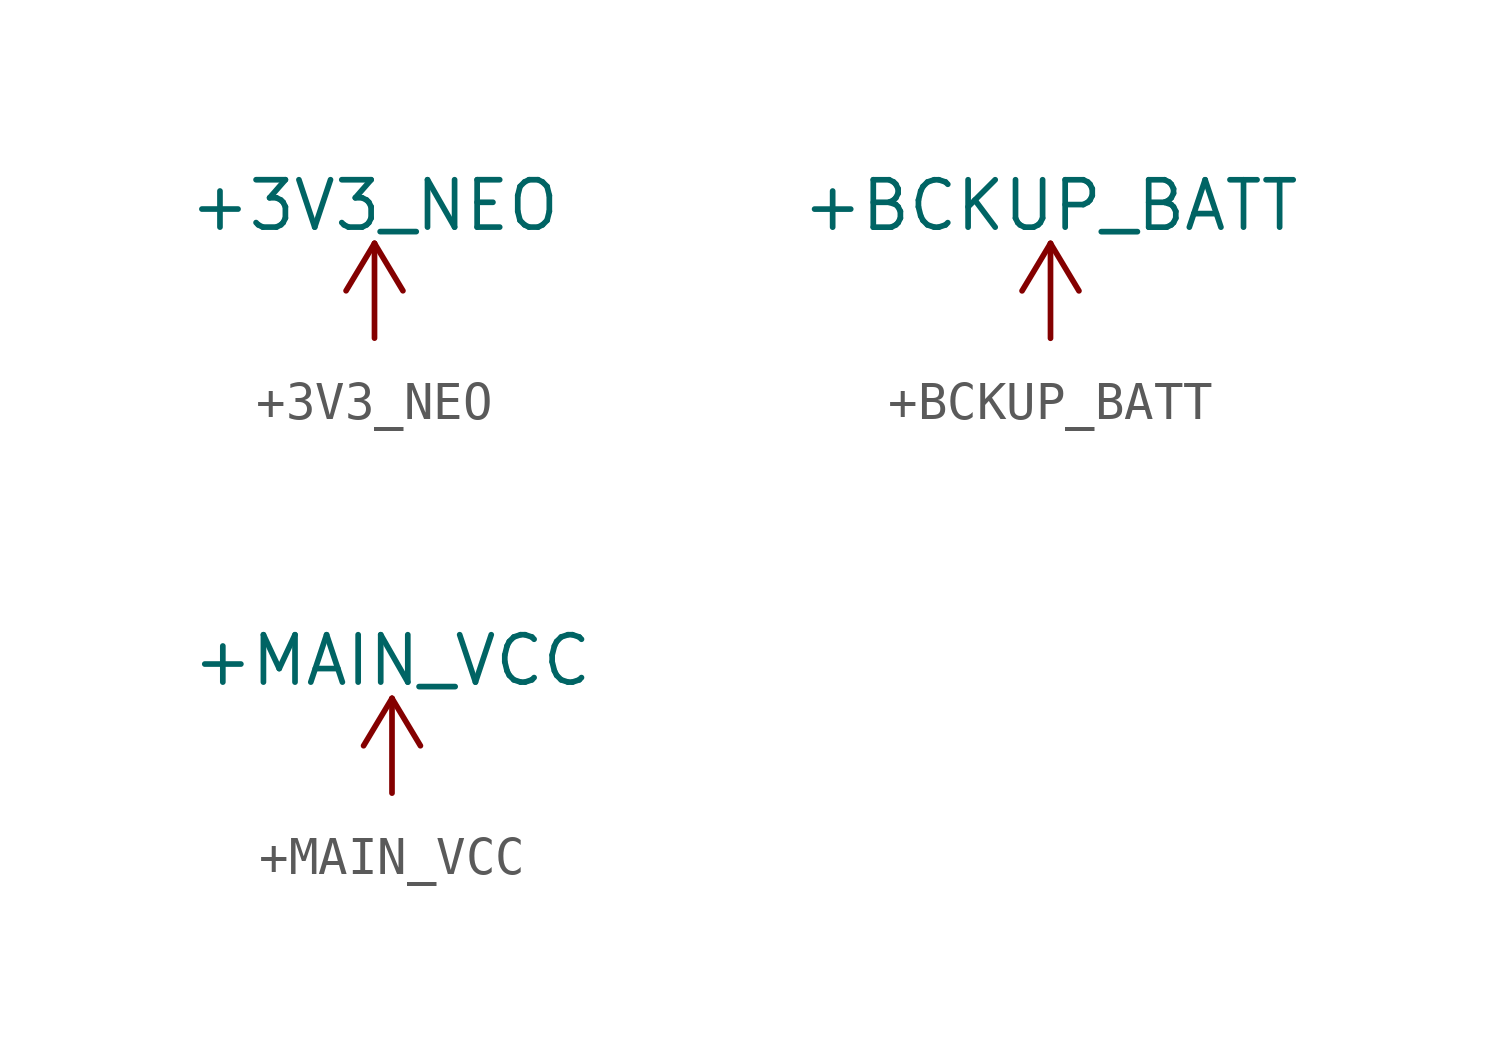
<source format=kicad_sym>
(kicad_symbol_lib
  (version 20220914)
  (generator kicad_symbol_editor)
  (symbol "+3V3_NEO"
    (power)
    (pin_names
      (offset 0))
    (property "Reference" "#PWR"
      (at 0 -3.81 0)
      (effects (font (size 1.27 1.27)) hide))
    (property "Value" "+3V3_NEO"
      (at 0 3.556 0)
      (effects (font (size 1.27 1.27))))
    (symbol "+3V3_NEO_0_1"
      (polyline (pts (xy -0.762 1.27) (xy 0 2.54)) (stroke (width 0) (type default)) (fill (type none)))
      (polyline (pts (xy 0 0) (xy 0 2.54)) (stroke (width 0) (type default)) (fill (type none)))
      (polyline (pts (xy 0 2.54) (xy 0.762 1.27)) (stroke (width 0) (type default)) (fill (type none))))
    (symbol "+3V3_NEO_1_1"
      (pin power_in line (at 0 0 90) (length 0) hide (name "+3V3_NEO" (effects (font (size 1.27 1.27)))) (number "1" (effects (font (size 1.27 1.27)))))))
  (symbol "+BCKUP_BATT"
    (power)
    (pin_names
      (offset 0))
    (property "Reference" "#PWR"
      (at 0 -3.81 0)
      (effects (font (size 1.27 1.27)) hide))
    (property "Value" "+BCKUP_BATT"
      (at 0 3.556 0)
      (effects (font (size 1.27 1.27))))
    (symbol "+BCKUP_BATT_0_1"
      (polyline (pts (xy -0.762 1.27) (xy 0 2.54)) (stroke (width 0) (type default)) (fill (type none)))
      (polyline (pts (xy 0 0) (xy 0 2.54)) (stroke (width 0) (type default)) (fill (type none)))
      (polyline (pts (xy 0 2.54) (xy 0.762 1.27)) (stroke (width 0) (type default)) (fill (type none))))
    (symbol "+BCKUP_BATT_1_1"
      (pin power_in line (at 0 0 90) (length 0) hide (name "+BCKUP_BATT" (effects (font (size 1.27 1.27)))) (number "1" (effects (font (size 1.27 1.27)))))))
  (symbol "+MAIN_VCC"
    (power)
    (pin_names
      (offset 0))
    (property "Reference" "#PWR"
      (at 0 -3.81 0)
      (effects (font (size 1.27 1.27)) hide))
    (property "Value" "+MAIN_VCC"
      (at 0 3.556 0)
      (effects (font (size 1.27 1.27))))
    (symbol "+MAIN_VCC_0_1"
      (polyline (pts (xy -0.762 1.27) (xy 0 2.54)) (stroke (width 0) (type default)) (fill (type none)))
      (polyline (pts (xy 0 0) (xy 0 2.54)) (stroke (width 0) (type default)) (fill (type none)))
      (polyline (pts (xy 0 2.54) (xy 0.762 1.27)) (stroke (width 0) (type default)) (fill (type none))))
    (symbol "+MAIN_VCC_1_1"
      (pin power_in line (at 0 0 90) (length 0) hide (name "+MAIN_VCC" (effects (font (size 1.27 1.27)))) (number "1" (effects (font (size 1.27 1.27))))))))
</source>
